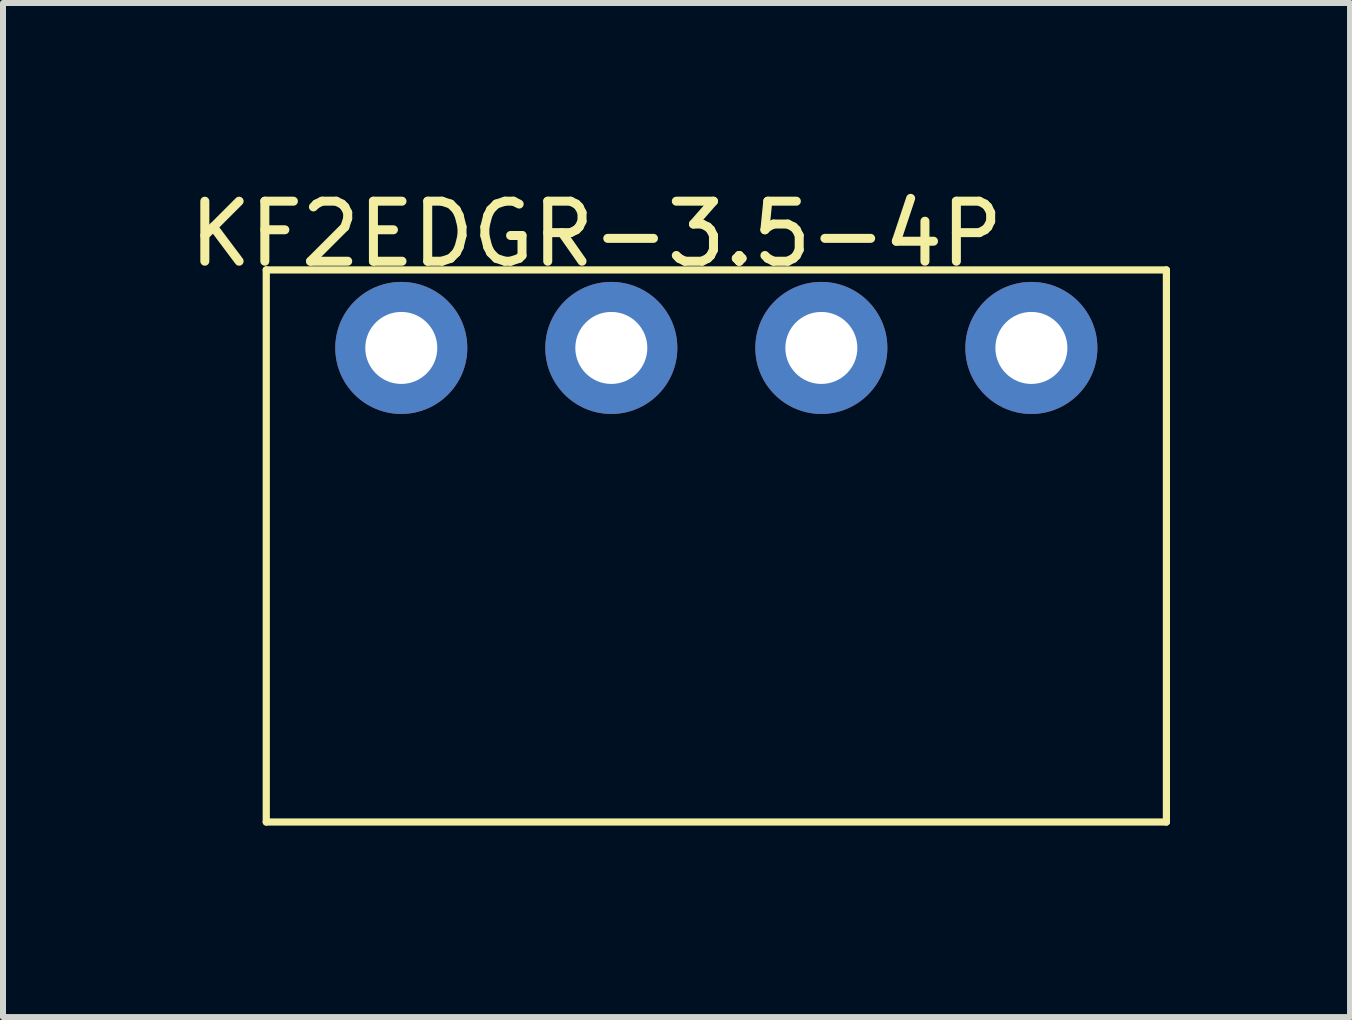
<source format=kicad_pcb>
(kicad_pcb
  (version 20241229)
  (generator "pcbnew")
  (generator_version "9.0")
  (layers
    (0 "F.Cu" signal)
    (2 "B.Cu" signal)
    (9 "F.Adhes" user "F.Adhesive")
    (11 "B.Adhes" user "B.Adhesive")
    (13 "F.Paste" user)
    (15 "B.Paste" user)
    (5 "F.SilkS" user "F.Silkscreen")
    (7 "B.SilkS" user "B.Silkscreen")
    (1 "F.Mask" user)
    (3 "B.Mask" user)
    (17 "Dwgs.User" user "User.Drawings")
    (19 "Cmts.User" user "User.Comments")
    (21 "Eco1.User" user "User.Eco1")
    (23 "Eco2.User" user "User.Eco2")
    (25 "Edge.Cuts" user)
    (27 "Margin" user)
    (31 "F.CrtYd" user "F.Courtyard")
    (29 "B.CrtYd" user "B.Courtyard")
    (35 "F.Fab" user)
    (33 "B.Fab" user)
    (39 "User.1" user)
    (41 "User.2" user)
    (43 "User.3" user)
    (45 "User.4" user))
  (footprint "KF2EDGR-3.5-4P"
    (layer "F.Cu")
    (at 8.887 10.648)
    (property "Reference" "KF2EDGR-3.5-4P" (at -2 -9.8 0) (layer "F.SilkS") (effects (font (size 1 1) (thickness 0.15))))
    (attr through_hole)
    (fp_line (start -7.5 -9.2) (end -7.5 0) (stroke (width 0.12) (type solid)) (layer "F.SilkS"))
    (fp_line (start -7.5 -9.2) (end 7.5 -9.2) (stroke (width 0.12) (type solid)) (layer "F.SilkS"))
    (fp_line (start 7.5 -9.2) (end 7.5 0) (stroke (width 0.12) (type solid)) (layer "F.SilkS"))
    (fp_line (start 7.5 0) (end -7.5 0) (stroke (width 0.12) (type solid)) (layer "F.SilkS"))
    (pad "1" thru_hole circle (at -5.25 -7.9) (size 2.2 2.2) (drill 1.2) (layers "*.Cu" "*.Mask"))
    (pad "2" thru_hole circle (at -1.75 -7.9) (size 2.2 2.2) (drill 1.2) (layers "*.Cu" "*.Mask"))
    (pad "3" thru_hole circle (at 1.75 -7.9) (size 2.2 2.2) (drill 1.2) (layers "*.Cu" "*.Mask"))
    (pad "4" thru_hole circle (at 5.25 -7.9) (size 2.2 2.2) (drill 1.2) (layers "*.Cu" "*.Mask")))
  (gr_rect
    (start -3 -3)
    (end 19.447 13.898)
    (stroke (width 0.1) (type default))
    (fill no)
    (layer "Edge.Cuts")))
</source>
